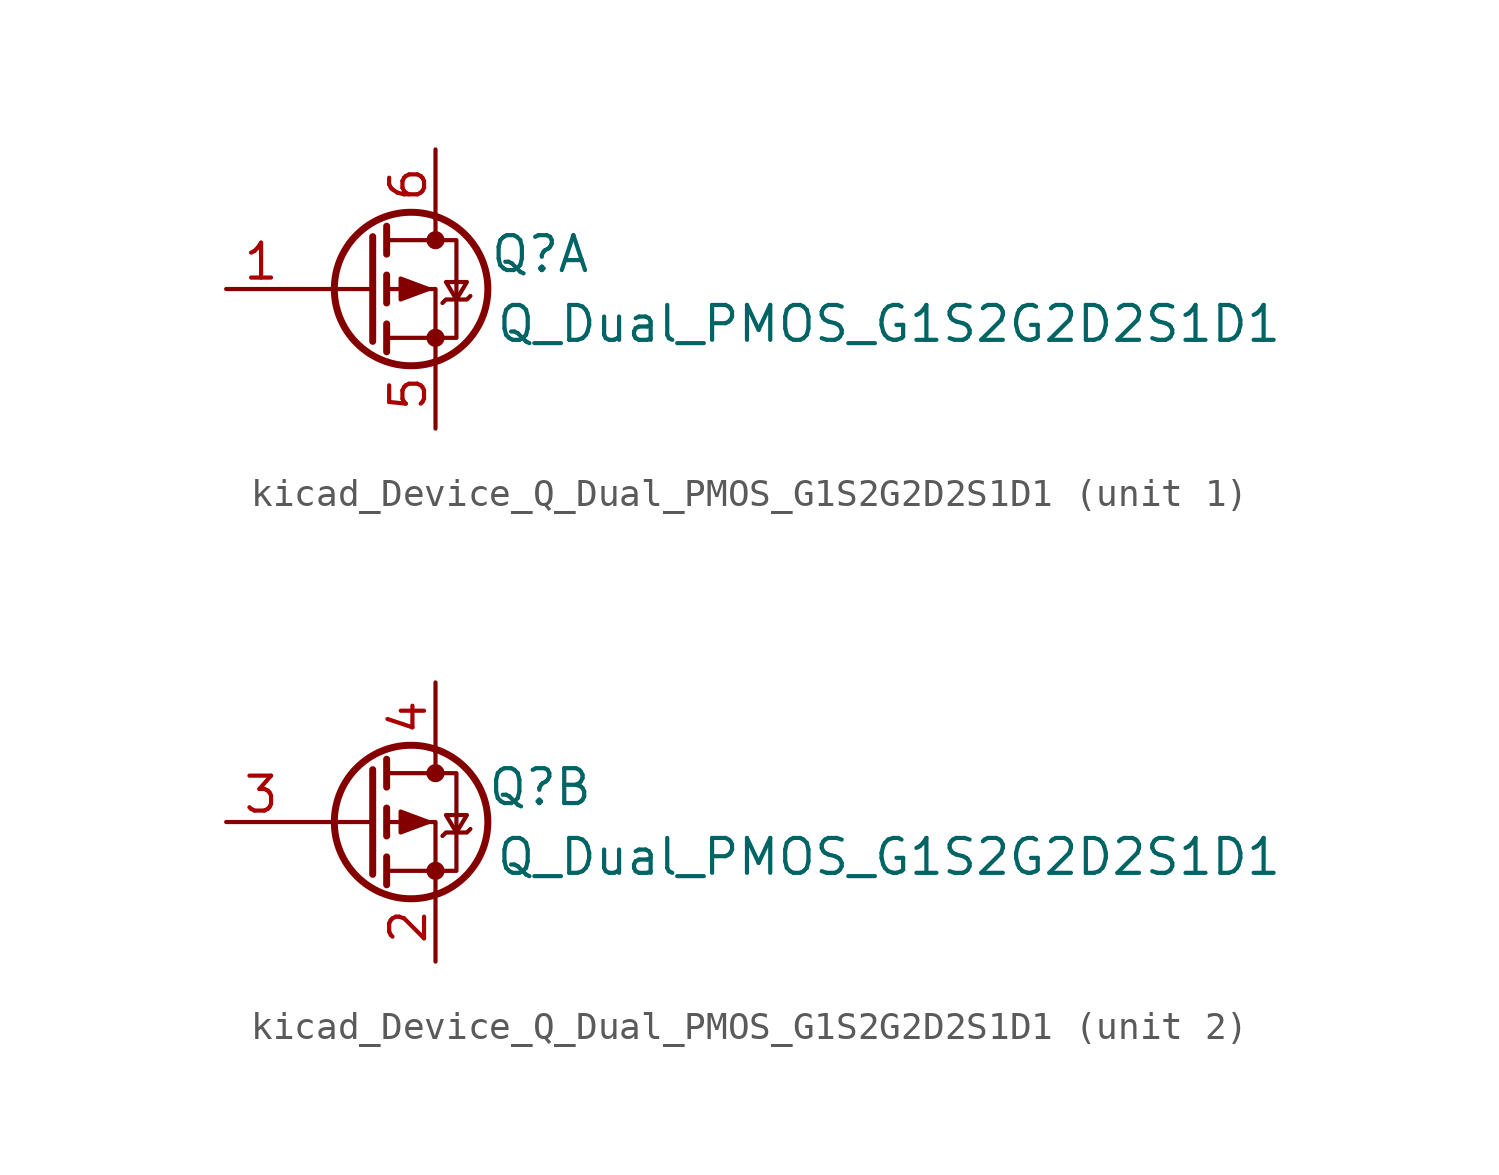
<source format=kicad_sym>
(kicad_symbol_lib
  (version 20220914)
  (generator kicad_symbol_editor)
  (symbol "kicad_Device_Q_Dual_PMOS_G1S2G2D2S1D1"
    (pin_names
      (offset 0) hide)
    (property "Reference" "Q"
      (at 6.35 1.27 0)
      (effects (font (size 1.27 1.27))))
    (property "Value" "Q_Dual_PMOS_G1S2G2D2S1D1"
      (at 19.05 -1.27 0)
      (effects (font (size 1.27 1.27))))
    (symbol "kicad_Device_Q_Dual_PMOS_G1S2G2D2S1D1_0_1"
      (polyline (pts (xy 0.254 0) (xy -2.54 0)) (stroke (width 0) (type default)) (fill (type none)))
      (polyline (pts (xy 0.254 1.905) (xy 0.254 -1.905)) (stroke (width 0.254) (type default)) (fill (type none)))
      (polyline (pts (xy 0.762 -1.27) (xy 0.762 -2.286)) (stroke (width 0.254) (type default)) (fill (type none)))
      (polyline (pts (xy 0.762 0.508) (xy 0.762 -0.508)) (stroke (width 0.254) (type default)) (fill (type none)))
      (polyline (pts (xy 0.762 2.286) (xy 0.762 1.27)) (stroke (width 0.254) (type default)) (fill (type none)))
      (polyline (pts (xy 2.54 2.54) (xy 2.54 1.778)) (stroke (width 0) (type default)) (fill (type none)))
      (polyline (pts (xy 2.54 -2.54) (xy 2.54 0) (xy 0.762 0)) (stroke (width 0) (type default)) (fill (type none)))
      (polyline (pts (xy 0.762 1.778) (xy 3.302 1.778) (xy 3.302 -1.778) (xy 0.762 -1.778)) (stroke (width 0) (type default)) (fill (type none)))
      (polyline (pts (xy 2.286 0) (xy 1.27 0.381) (xy 1.27 -0.381) (xy 2.286 0)) (stroke (width 0) (type default)) (fill (type outline)))
      (polyline (pts (xy 2.794 -0.508) (xy 2.921 -0.381) (xy 3.683 -0.381) (xy 3.81 -0.254)) (stroke (width 0) (type default)) (fill (type none)))
      (polyline (pts (xy 3.302 -0.381) (xy 2.921 0.254) (xy 3.683 0.254) (xy 3.302 -0.381)) (stroke (width 0) (type default)) (fill (type none)))
      (circle (center 1.651 0) (radius 2.794) (stroke (width 0.254) (type default)) (fill (type none)))
      (circle (center 2.54 -1.778) (radius 0.254) (stroke (width 0) (type default)) (fill (type outline)))
      (circle (center 2.54 1.778) (radius 0.254) (stroke (width 0) (type default)) (fill (type outline))))
    (symbol "kicad_Device_Q_Dual_PMOS_G1S2G2D2S1D1_1_1"
      (pin input line (at -5.08 0 0) (length 2.54) (name "G" (effects (font (size 1.27 1.27)))) (number "1" (effects (font (size 1.27 1.27)))))
      (pin passive line (at 2.54 -5.08 90) (length 2.54) (name "S" (effects (font (size 1.27 1.27)))) (number "5" (effects (font (size 1.27 1.27)))))
      (pin passive line (at 2.54 5.08 270) (length 2.54) (name "D" (effects (font (size 1.27 1.27)))) (number "6" (effects (font (size 1.27 1.27))))))
    (symbol "kicad_Device_Q_Dual_PMOS_G1S2G2D2S1D1_2_1"
      (pin passive line (at 2.54 -5.08 90) (length 2.54) (name "S" (effects (font (size 1.27 1.27)))) (number "2" (effects (font (size 1.27 1.27)))))
      (pin input line (at -5.08 0 0) (length 2.54) (name "G" (effects (font (size 1.27 1.27)))) (number "3" (effects (font (size 1.27 1.27)))))
      (pin passive line (at 2.54 5.08 270) (length 2.54) (name "D" (effects (font (size 1.27 1.27)))) (number "4" (effects (font (size 1.27 1.27))))))))
</source>
